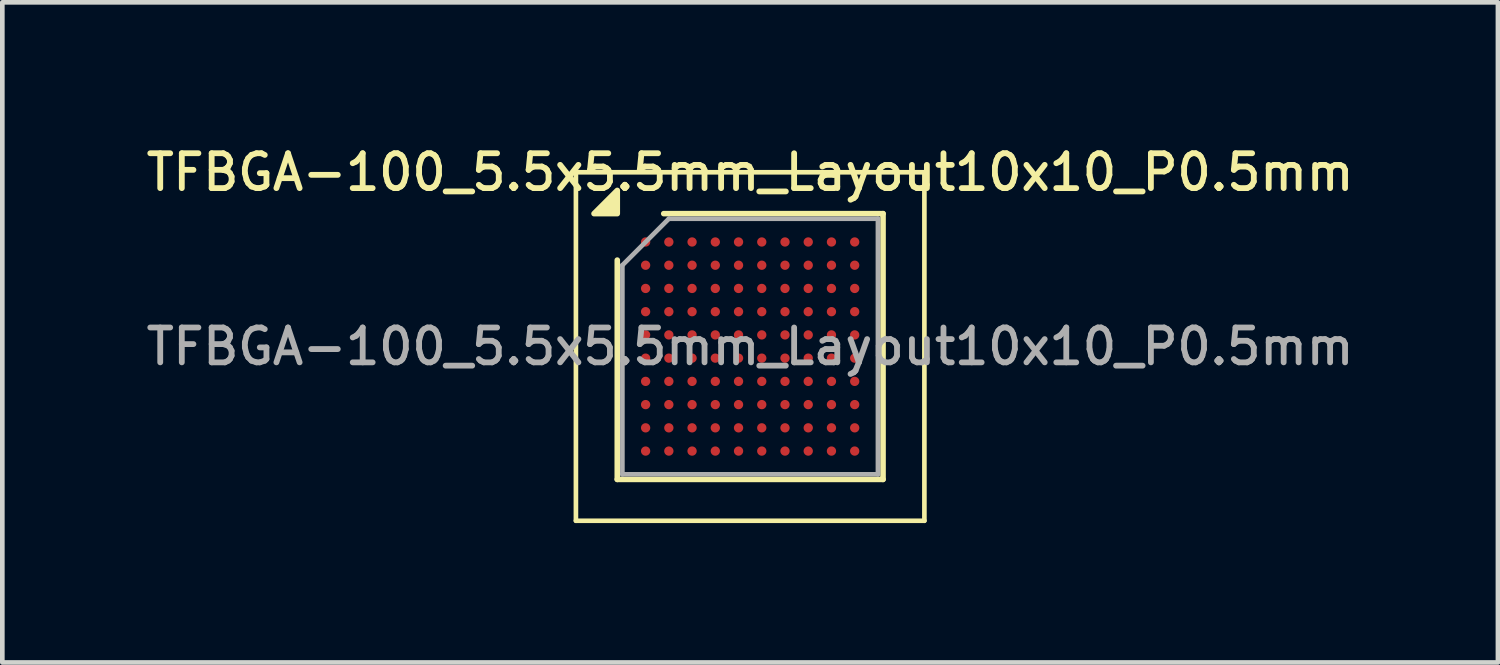
<source format=kicad_pcb>
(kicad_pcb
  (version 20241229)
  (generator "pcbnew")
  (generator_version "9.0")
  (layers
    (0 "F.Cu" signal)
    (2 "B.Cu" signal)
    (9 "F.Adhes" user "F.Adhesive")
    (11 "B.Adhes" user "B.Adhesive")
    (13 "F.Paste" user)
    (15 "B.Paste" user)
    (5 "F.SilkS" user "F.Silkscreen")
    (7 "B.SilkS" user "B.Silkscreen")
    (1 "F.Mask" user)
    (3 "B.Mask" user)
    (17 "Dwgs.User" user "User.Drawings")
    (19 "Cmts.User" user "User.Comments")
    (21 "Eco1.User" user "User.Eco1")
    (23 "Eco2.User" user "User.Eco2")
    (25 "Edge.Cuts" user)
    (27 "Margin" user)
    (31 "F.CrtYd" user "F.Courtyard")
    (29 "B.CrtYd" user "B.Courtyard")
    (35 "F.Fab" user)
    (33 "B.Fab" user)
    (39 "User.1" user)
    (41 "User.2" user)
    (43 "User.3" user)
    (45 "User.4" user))
  (footprint "TFBGA-100_5.5x5.5mm_Layout10x10_P0.5mm"
    (layer "F.Cu")
    (at 13.095 4.408)
    (property "Reference" "TFBGA-100_5.5x5.5mm_Layout10x10_P0.5mm" (at 0 -3.75 0) (layer "F.SilkS") (effects (font (size 0.75 0.75) (thickness 0.125))))
    (attr smd)
    (fp_line (start -3.75 -3.75) (end -3.75 3.75) (stroke (width 0.1) (type solid)) (layer "F.SilkS"))
    (fp_line (start -3.75 3.75) (end 3.75 3.75) (stroke (width 0.1) (type solid)) (layer "F.SilkS"))
    (fp_line (start -2.86 2.86) (end -2.86 -1.86) (stroke (width 0.12) (type solid)) (layer "F.SilkS"))
    (fp_line (start -1.86 -2.86) (end 2.86 -2.86) (stroke (width 0.12) (type solid)) (layer "F.SilkS"))
    (fp_line (start 2.86 -2.86) (end 2.86 2.86) (stroke (width 0.12) (type solid)) (layer "F.SilkS"))
    (fp_line (start 2.86 2.86) (end -2.86 2.86) (stroke (width 0.12) (type solid)) (layer "F.SilkS"))
    (fp_line (start 3.75 -3.75) (end -3.75 -3.75) (stroke (width 0.1) (type solid)) (layer "F.SilkS"))
    (fp_line (start 3.75 3.75) (end 3.75 -3.75) (stroke (width 0.1) (type solid)) (layer "F.SilkS"))
    (fp_poly (pts (xy -2.86 -2.86) (xy -3.36 -2.86) (xy -2.86 -3.36) (xy -2.86 -2.86)) (stroke (width 0.12) (type solid)) (fill yes) (layer "F.SilkS"))
    (fp_line (start -2.75 -1.75) (end -1.75 -2.75) (stroke (width 0.1) (type solid)) (layer "F.Fab"))
    (fp_line (start -2.75 2.75) (end -2.75 -1.75) (stroke (width 0.1) (type solid)) (layer "F.Fab"))
    (fp_line (start -1.75 -2.75) (end 2.75 -2.75) (stroke (width 0.1) (type solid)) (layer "F.Fab"))
    (fp_line (start 2.75 -2.75) (end 2.75 2.75) (stroke (width 0.1) (type solid)) (layer "F.Fab"))
    (fp_line (start 2.75 2.75) (end -2.75 2.75) (stroke (width 0.1) (type solid)) (layer "F.Fab"))
    (fp_text user "${REFERENCE}" (at 0 0 0) (layer "F.Fab") (effects (font (size 0.75 0.75) (thickness 0.125))))
    (pad "A1" smd circle (at -2.25 -2.25) (size 0.2 0.2) (property pad_prop_bga) (layers "F.Cu" "F.Mask" "F.Paste"))
    (pad "A2" smd circle (at -1.75 -2.25) (size 0.2 0.2) (property pad_prop_bga) (layers "F.Cu" "F.Mask" "F.Paste"))
    (pad "A3" smd circle (at -1.25 -2.25) (size 0.2 0.2) (property pad_prop_bga) (layers "F.Cu" "F.Mask" "F.Paste"))
    (pad "A4" smd circle (at -0.75 -2.25) (size 0.2 0.2) (property pad_prop_bga) (layers "F.Cu" "F.Mask" "F.Paste"))
    (pad "A5" smd circle (at -0.25 -2.25) (size 0.2 0.2) (property pad_prop_bga) (layers "F.Cu" "F.Mask" "F.Paste"))
    (pad "A6" smd circle (at 0.25 -2.25) (size 0.2 0.2) (property pad_prop_bga) (layers "F.Cu" "F.Mask" "F.Paste"))
    (pad "A7" smd circle (at 0.75 -2.25) (size 0.2 0.2) (property pad_prop_bga) (layers "F.Cu" "F.Mask" "F.Paste"))
    (pad "A8" smd circle (at 1.25 -2.25) (size 0.2 0.2) (property pad_prop_bga) (layers "F.Cu" "F.Mask" "F.Paste"))
    (pad "A9" smd circle (at 1.75 -2.25) (size 0.2 0.2) (property pad_prop_bga) (layers "F.Cu" "F.Mask" "F.Paste"))
    (pad "A10" smd circle (at 2.25 -2.25) (size 0.2 0.2) (property pad_prop_bga) (layers "F.Cu" "F.Mask" "F.Paste"))
    (pad "B1" smd circle (at -2.25 -1.75) (size 0.2 0.2) (property pad_prop_bga) (layers "F.Cu" "F.Mask" "F.Paste"))
    (pad "B2" smd circle (at -1.75 -1.75) (size 0.2 0.2) (property pad_prop_bga) (layers "F.Cu" "F.Mask" "F.Paste"))
    (pad "B3" smd circle (at -1.25 -1.75) (size 0.2 0.2) (property pad_prop_bga) (layers "F.Cu" "F.Mask" "F.Paste"))
    (pad "B4" smd circle (at -0.75 -1.75) (size 0.2 0.2) (property pad_prop_bga) (layers "F.Cu" "F.Mask" "F.Paste"))
    (pad "B5" smd circle (at -0.25 -1.75) (size 0.2 0.2) (property pad_prop_bga) (layers "F.Cu" "F.Mask" "F.Paste"))
    (pad "B6" smd circle (at 0.25 -1.75) (size 0.2 0.2) (property pad_prop_bga) (layers "F.Cu" "F.Mask" "F.Paste"))
    (pad "B7" smd circle (at 0.75 -1.75) (size 0.2 0.2) (property pad_prop_bga) (layers "F.Cu" "F.Mask" "F.Paste"))
    (pad "B8" smd circle (at 1.25 -1.75) (size 0.2 0.2) (property pad_prop_bga) (layers "F.Cu" "F.Mask" "F.Paste"))
    (pad "B9" smd circle (at 1.75 -1.75) (size 0.2 0.2) (property pad_prop_bga) (layers "F.Cu" "F.Mask" "F.Paste"))
    (pad "B10" smd circle (at 2.25 -1.75) (size 0.2 0.2) (property pad_prop_bga) (layers "F.Cu" "F.Mask" "F.Paste"))
    (pad "C1" smd circle (at -2.25 -1.25) (size 0.2 0.2) (property pad_prop_bga) (layers "F.Cu" "F.Mask" "F.Paste"))
    (pad "C2" smd circle (at -1.75 -1.25) (size 0.2 0.2) (property pad_prop_bga) (layers "F.Cu" "F.Mask" "F.Paste"))
    (pad "C3" smd circle (at -1.25 -1.25) (size 0.2 0.2) (property pad_prop_bga) (layers "F.Cu" "F.Mask" "F.Paste"))
    (pad "C4" smd circle (at -0.75 -1.25) (size 0.2 0.2) (property pad_prop_bga) (layers "F.Cu" "F.Mask" "F.Paste"))
    (pad "C5" smd circle (at -0.25 -1.25) (size 0.2 0.2) (property pad_prop_bga) (layers "F.Cu" "F.Mask" "F.Paste"))
    (pad "C6" smd circle (at 0.25 -1.25) (size 0.2 0.2) (property pad_prop_bga) (layers "F.Cu" "F.Mask" "F.Paste"))
    (pad "C7" smd circle (at 0.75 -1.25) (size 0.2 0.2) (property pad_prop_bga) (layers "F.Cu" "F.Mask" "F.Paste"))
    (pad "C8" smd circle (at 1.25 -1.25) (size 0.2 0.2) (property pad_prop_bga) (layers "F.Cu" "F.Mask" "F.Paste"))
    (pad "C9" smd circle (at 1.75 -1.25) (size 0.2 0.2) (property pad_prop_bga) (layers "F.Cu" "F.Mask" "F.Paste"))
    (pad "C10" smd circle (at 2.25 -1.25) (size 0.2 0.2) (property pad_prop_bga) (layers "F.Cu" "F.Mask" "F.Paste"))
    (pad "D1" smd circle (at -2.25 -0.75) (size 0.2 0.2) (property pad_prop_bga) (layers "F.Cu" "F.Mask" "F.Paste"))
    (pad "D2" smd circle (at -1.75 -0.75) (size 0.2 0.2) (property pad_prop_bga) (layers "F.Cu" "F.Mask" "F.Paste"))
    (pad "D3" smd circle (at -1.25 -0.75) (size 0.2 0.2) (property pad_prop_bga) (layers "F.Cu" "F.Mask" "F.Paste"))
    (pad "D4" smd circle (at -0.75 -0.75) (size 0.2 0.2) (property pad_prop_bga) (layers "F.Cu" "F.Mask" "F.Paste"))
    (pad "D5" smd circle (at -0.25 -0.75) (size 0.2 0.2) (property pad_prop_bga) (layers "F.Cu" "F.Mask" "F.Paste"))
    (pad "D6" smd circle (at 0.25 -0.75) (size 0.2 0.2) (property pad_prop_bga) (layers "F.Cu" "F.Mask" "F.Paste"))
    (pad "D7" smd circle (at 0.75 -0.75) (size 0.2 0.2) (property pad_prop_bga) (layers "F.Cu" "F.Mask" "F.Paste"))
    (pad "D8" smd circle (at 1.25 -0.75) (size 0.2 0.2) (property pad_prop_bga) (layers "F.Cu" "F.Mask" "F.Paste"))
    (pad "D9" smd circle (at 1.75 -0.75) (size 0.2 0.2) (property pad_prop_bga) (layers "F.Cu" "F.Mask" "F.Paste"))
    (pad "D10" smd circle (at 2.25 -0.75) (size 0.2 0.2) (property pad_prop_bga) (layers "F.Cu" "F.Mask" "F.Paste"))
    (pad "E1" smd circle (at -2.25 -0.25) (size 0.2 0.2) (property pad_prop_bga) (layers "F.Cu" "F.Mask" "F.Paste"))
    (pad "E2" smd circle (at -1.75 -0.25) (size 0.2 0.2) (property pad_prop_bga) (layers "F.Cu" "F.Mask" "F.Paste"))
    (pad "E3" smd circle (at -1.25 -0.25) (size 0.2 0.2) (property pad_prop_bga) (layers "F.Cu" "F.Mask" "F.Paste"))
    (pad "E4" smd circle (at -0.75 -0.25) (size 0.2 0.2) (property pad_prop_bga) (layers "F.Cu" "F.Mask" "F.Paste"))
    (pad "E5" smd circle (at -0.25 -0.25) (size 0.2 0.2) (property pad_prop_bga) (layers "F.Cu" "F.Mask" "F.Paste"))
    (pad "E6" smd circle (at 0.25 -0.25) (size 0.2 0.2) (property pad_prop_bga) (layers "F.Cu" "F.Mask" "F.Paste"))
    (pad "E7" smd circle (at 0.75 -0.25) (size 0.2 0.2) (property pad_prop_bga) (layers "F.Cu" "F.Mask" "F.Paste"))
    (pad "E8" smd circle (at 1.25 -0.25) (size 0.2 0.2) (property pad_prop_bga) (layers "F.Cu" "F.Mask" "F.Paste"))
    (pad "E9" smd circle (at 1.75 -0.25) (size 0.2 0.2) (property pad_prop_bga) (layers "F.Cu" "F.Mask" "F.Paste"))
    (pad "E10" smd circle (at 2.25 -0.25) (size 0.2 0.2) (property pad_prop_bga) (layers "F.Cu" "F.Mask" "F.Paste"))
    (pad "F1" smd circle (at -2.25 0.25) (size 0.2 0.2) (property pad_prop_bga) (layers "F.Cu" "F.Mask" "F.Paste"))
    (pad "F2" smd circle (at -1.75 0.25) (size 0.2 0.2) (property pad_prop_bga) (layers "F.Cu" "F.Mask" "F.Paste"))
    (pad "F3" smd circle (at -1.25 0.25) (size 0.2 0.2) (property pad_prop_bga) (layers "F.Cu" "F.Mask" "F.Paste"))
    (pad "F4" smd circle (at -0.75 0.25) (size 0.2 0.2) (property pad_prop_bga) (layers "F.Cu" "F.Mask" "F.Paste"))
    (pad "F5" smd circle (at -0.25 0.25) (size 0.2 0.2) (property pad_prop_bga) (layers "F.Cu" "F.Mask" "F.Paste"))
    (pad "F6" smd circle (at 0.25 0.25) (size 0.2 0.2) (property pad_prop_bga) (layers "F.Cu" "F.Mask" "F.Paste"))
    (pad "F7" smd circle (at 0.75 0.25) (size 0.2 0.2) (property pad_prop_bga) (layers "F.Cu" "F.Mask" "F.Paste"))
    (pad "F8" smd circle (at 1.25 0.25) (size 0.2 0.2) (property pad_prop_bga) (layers "F.Cu" "F.Mask" "F.Paste"))
    (pad "F9" smd circle (at 1.75 0.25) (size 0.2 0.2) (property pad_prop_bga) (layers "F.Cu" "F.Mask" "F.Paste"))
    (pad "F10" smd circle (at 2.25 0.25) (size 0.2 0.2) (property pad_prop_bga) (layers "F.Cu" "F.Mask" "F.Paste"))
    (pad "G1" smd circle (at -2.25 0.75) (size 0.2 0.2) (property pad_prop_bga) (layers "F.Cu" "F.Mask" "F.Paste"))
    (pad "G2" smd circle (at -1.75 0.75) (size 0.2 0.2) (property pad_prop_bga) (layers "F.Cu" "F.Mask" "F.Paste"))
    (pad "G3" smd circle (at -1.25 0.75) (size 0.2 0.2) (property pad_prop_bga) (layers "F.Cu" "F.Mask" "F.Paste"))
    (pad "G4" smd circle (at -0.75 0.75) (size 0.2 0.2) (property pad_prop_bga) (layers "F.Cu" "F.Mask" "F.Paste"))
    (pad "G5" smd circle (at -0.25 0.75) (size 0.2 0.2) (property pad_prop_bga) (layers "F.Cu" "F.Mask" "F.Paste"))
    (pad "G6" smd circle (at 0.25 0.75) (size 0.2 0.2) (property pad_prop_bga) (layers "F.Cu" "F.Mask" "F.Paste"))
    (pad "G7" smd circle (at 0.75 0.75) (size 0.2 0.2) (property pad_prop_bga) (layers "F.Cu" "F.Mask" "F.Paste"))
    (pad "G8" smd circle (at 1.25 0.75) (size 0.2 0.2) (property pad_prop_bga) (layers "F.Cu" "F.Mask" "F.Paste"))
    (pad "G9" smd circle (at 1.75 0.75) (size 0.2 0.2) (property pad_prop_bga) (layers "F.Cu" "F.Mask" "F.Paste"))
    (pad "G10" smd circle (at 2.25 0.75) (size 0.2 0.2) (property pad_prop_bga) (layers "F.Cu" "F.Mask" "F.Paste"))
    (pad "H1" smd circle (at -2.25 1.25) (size 0.2 0.2) (property pad_prop_bga) (layers "F.Cu" "F.Mask" "F.Paste"))
    (pad "H2" smd circle (at -1.75 1.25) (size 0.2 0.2) (property pad_prop_bga) (layers "F.Cu" "F.Mask" "F.Paste"))
    (pad "H3" smd circle (at -1.25 1.25) (size 0.2 0.2) (property pad_prop_bga) (layers "F.Cu" "F.Mask" "F.Paste"))
    (pad "H4" smd circle (at -0.75 1.25) (size 0.2 0.2) (property pad_prop_bga) (layers "F.Cu" "F.Mask" "F.Paste"))
    (pad "H5" smd circle (at -0.25 1.25) (size 0.2 0.2) (property pad_prop_bga) (layers "F.Cu" "F.Mask" "F.Paste"))
    (pad "H6" smd circle (at 0.25 1.25) (size 0.2 0.2) (property pad_prop_bga) (layers "F.Cu" "F.Mask" "F.Paste"))
    (pad "H7" smd circle (at 0.75 1.25) (size 0.2 0.2) (property pad_prop_bga) (layers "F.Cu" "F.Mask" "F.Paste"))
    (pad "H8" smd circle (at 1.25 1.25) (size 0.2 0.2) (property pad_prop_bga) (layers "F.Cu" "F.Mask" "F.Paste"))
    (pad "H9" smd circle (at 1.75 1.25) (size 0.2 0.2) (property pad_prop_bga) (layers "F.Cu" "F.Mask" "F.Paste"))
    (pad "H10" smd circle (at 2.25 1.25) (size 0.2 0.2) (property pad_prop_bga) (layers "F.Cu" "F.Mask" "F.Paste"))
    (pad "J1" smd circle (at -2.25 1.75) (size 0.2 0.2) (property pad_prop_bga) (layers "F.Cu" "F.Mask" "F.Paste"))
    (pad "J2" smd circle (at -1.75 1.75) (size 0.2 0.2) (property pad_prop_bga) (layers "F.Cu" "F.Mask" "F.Paste"))
    (pad "J3" smd circle (at -1.25 1.75) (size 0.2 0.2) (property pad_prop_bga) (layers "F.Cu" "F.Mask" "F.Paste"))
    (pad "J4" smd circle (at -0.75 1.75) (size 0.2 0.2) (property pad_prop_bga) (layers "F.Cu" "F.Mask" "F.Paste"))
    (pad "J5" smd circle (at -0.25 1.75) (size 0.2 0.2) (property pad_prop_bga) (layers "F.Cu" "F.Mask" "F.Paste"))
    (pad "J6" smd circle (at 0.25 1.75) (size 0.2 0.2) (property pad_prop_bga) (layers "F.Cu" "F.Mask" "F.Paste"))
    (pad "J7" smd circle (at 0.75 1.75) (size 0.2 0.2) (property pad_prop_bga) (layers "F.Cu" "F.Mask" "F.Paste"))
    (pad "J8" smd circle (at 1.25 1.75) (size 0.2 0.2) (property pad_prop_bga) (layers "F.Cu" "F.Mask" "F.Paste"))
    (pad "J9" smd circle (at 1.75 1.75) (size 0.2 0.2) (property pad_prop_bga) (layers "F.Cu" "F.Mask" "F.Paste"))
    (pad "J10" smd circle (at 2.25 1.75) (size 0.2 0.2) (property pad_prop_bga) (layers "F.Cu" "F.Mask" "F.Paste"))
    (pad "K1" smd circle (at -2.25 2.25) (size 0.2 0.2) (property pad_prop_bga) (layers "F.Cu" "F.Mask" "F.Paste"))
    (pad "K2" smd circle (at -1.75 2.25) (size 0.2 0.2) (property pad_prop_bga) (layers "F.Cu" "F.Mask" "F.Paste"))
    (pad "K3" smd circle (at -1.25 2.25) (size 0.2 0.2) (property pad_prop_bga) (layers "F.Cu" "F.Mask" "F.Paste"))
    (pad "K4" smd circle (at -0.75 2.25) (size 0.2 0.2) (property pad_prop_bga) (layers "F.Cu" "F.Mask" "F.Paste"))
    (pad "K5" smd circle (at -0.25 2.25) (size 0.2 0.2) (property pad_prop_bga) (layers "F.Cu" "F.Mask" "F.Paste"))
    (pad "K6" smd circle (at 0.25 2.25) (size 0.2 0.2) (property pad_prop_bga) (layers "F.Cu" "F.Mask" "F.Paste"))
    (pad "K7" smd circle (at 0.75 2.25) (size 0.2 0.2) (property pad_prop_bga) (layers "F.Cu" "F.Mask" "F.Paste"))
    (pad "K8" smd circle (at 1.25 2.25) (size 0.2 0.2) (property pad_prop_bga) (layers "F.Cu" "F.Mask" "F.Paste"))
    (pad "K9" smd circle (at 1.75 2.25) (size 0.2 0.2) (property pad_prop_bga) (layers "F.Cu" "F.Mask" "F.Paste"))
    (pad "K10" smd circle (at 2.25 2.25) (size 0.2 0.2) (property pad_prop_bga) (layers "F.Cu" "F.Mask" "F.Paste")))
  (gr_rect
    (start -3 -3)
    (end 29.189 11.208)
    (stroke (width 0.1) (type default))
    (fill no)
    (layer "Edge.Cuts")))
</source>
